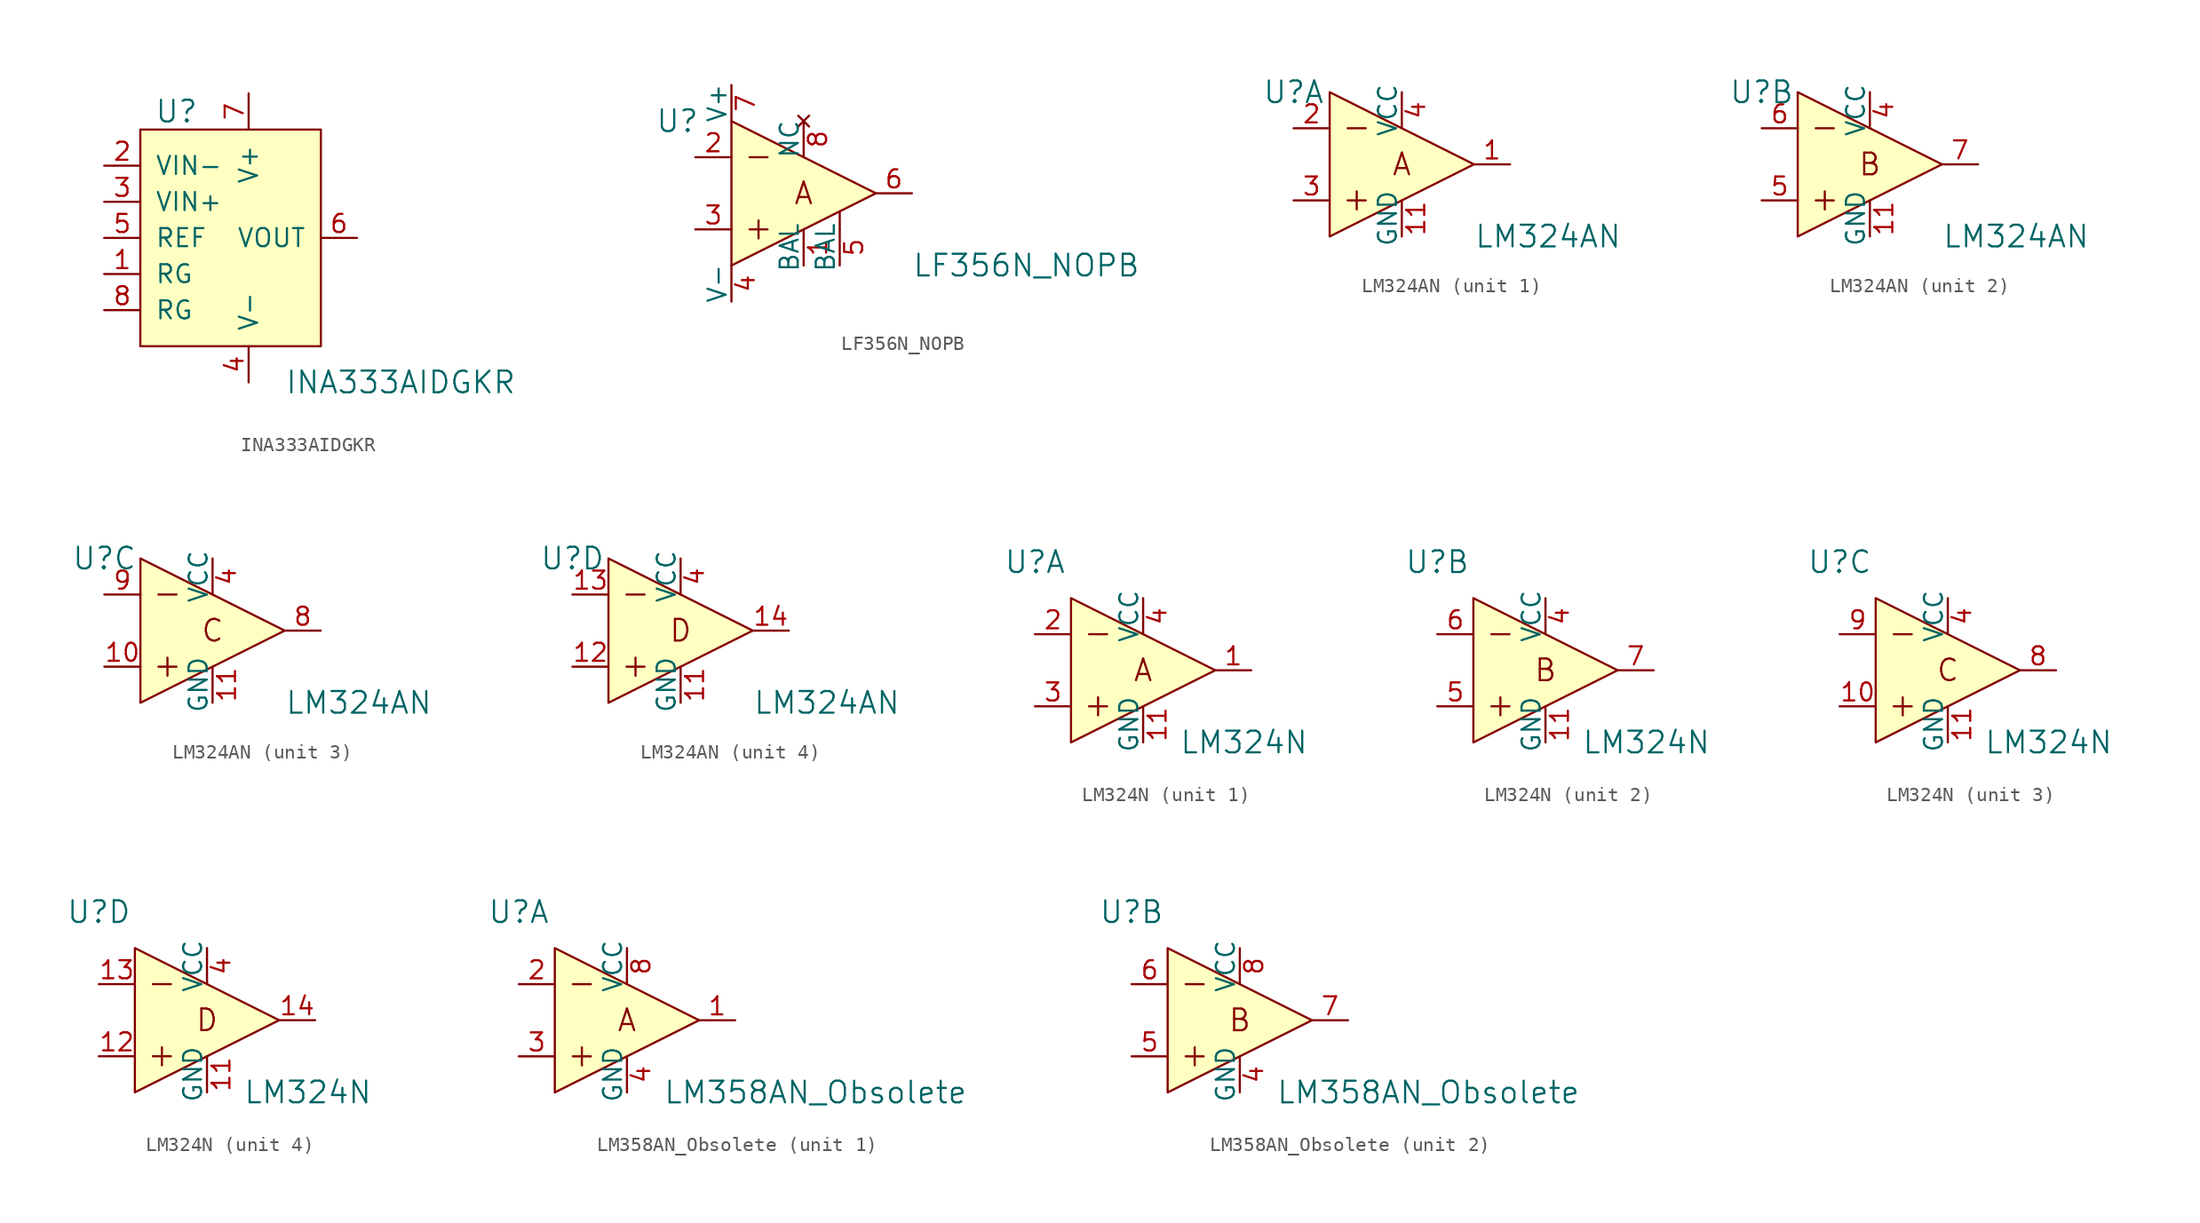
<source format=kicad_sym>
(kicad_symbol_lib
  (version 20211014)
  (generator kicad_symbol_editor)
  (symbol "INA333AIDGKR"
    (pin_names
      (offset 1.016))
    (property "Reference" "U"
      (at -5.08 3.81 0)
      (effects (font (size 1.524 1.524))))
    (property "Value" "INA333AIDGKR"
      (at 2.54 -15.24 0)
      (effects (font (size 1.524 1.524)) (justify left)))
    (symbol "INA333AIDGKR_0_1"
      (rectangle (start -7.62 2.54) (end 5.08 -12.7) (stroke (width 0) (type default) (color 0 0 0 0)) (fill (type background))))
    (symbol "INA333AIDGKR_1_1"
      (pin passive line (at -10.16 -7.62 0) (length 2.54) (name "RG" (effects (font (size 1.27 1.27)))) (number "1" (effects (font (size 1.27 1.27)))))
      (pin input line (at -10.16 0 0) (length 2.54) (name "VIN-" (effects (font (size 1.27 1.27)))) (number "2" (effects (font (size 1.27 1.27)))))
      (pin input line (at -10.16 -2.54 0) (length 2.54) (name "VIN+" (effects (font (size 1.27 1.27)))) (number "3" (effects (font (size 1.27 1.27)))))
      (pin power_in line (at 0 -15.24 90) (length 2.54) (name "V-" (effects (font (size 1.27 1.27)))) (number "4" (effects (font (size 1.27 1.27)))))
      (pin input line (at -10.16 -5.08 0) (length 2.54) (name "REF" (effects (font (size 1.27 1.27)))) (number "5" (effects (font (size 1.27 1.27)))))
      (pin output line (at 7.62 -5.08 180) (length 2.54) (name "VOUT" (effects (font (size 1.27 1.27)))) (number "6" (effects (font (size 1.27 1.27)))))
      (pin power_in line (at 0 5.08 270) (length 2.54) (name "V+" (effects (font (size 1.27 1.27)))) (number "7" (effects (font (size 1.27 1.27)))))
      (pin passive line (at -10.16 -10.16 0) (length 2.54) (name "RG" (effects (font (size 1.27 1.27)))) (number "8" (effects (font (size 1.27 1.27)))))))
  (symbol "LF356N_NOPB"
    (pin_names
      (offset 0))
    (property "Reference" "U"
      (at -8.89 5.08 0)
      (effects (font (size 1.524 1.524))))
    (property "Value" "LF356N_NOPB"
      (at 7.62 -5.08 0)
      (effects (font (size 1.524 1.524)) (justify left)))
    (symbol "LF356N_NOPB_0_0"
      (text "A" (at 0 0 0) (effects (font (size 1.524 1.524)))))
    (symbol "LF356N_NOPB_1_0"
      (polyline (pts (xy -3.81 -2.54) (xy -2.54 -2.54)) (stroke (width 0) (type default) (color 0 0 0 0)) (fill (type none)))
      (polyline (pts (xy -3.81 2.54) (xy -2.54 2.54)) (stroke (width 0) (type default) (color 0 0 0 0)) (fill (type none)))
      (polyline (pts (xy -3.175 -1.905) (xy -3.175 -3.175)) (stroke (width 0) (type default) (color 0 0 0 0)) (fill (type none)))
      (polyline (pts (xy 2.54 -1.27) (xy 2.54 -2.54)) (stroke (width 0) (type default) (color 0 0 0 0)) (fill (type none)))
      (polyline (pts (xy -5.08 5.08) (xy -5.08 -5.08) (xy 5.08 0) (xy -5.08 5.08)) (stroke (width 0) (type default) (color 0 0 0 0)) (fill (type background))))
    (symbol "LF356N_NOPB_1_1"
      (pin input line (at 0 -5.08 90) (length 2.54) (name "BAL" (effects (font (size 1.27 1.27)))) (number "1" (effects (font (size 1.27 1.27)))))
      (pin input line (at -7.62 2.54 0) (length 2.54) (name "~" (effects (font (size 1.27 1.27)))) (number "2" (effects (font (size 1.27 1.27)))))
      (pin input line (at -7.62 -2.54 0) (length 2.54) (name "~" (effects (font (size 1.27 1.27)))) (number "3" (effects (font (size 1.27 1.27)))))
      (pin power_in line (at -5.08 -7.62 90) (length 2.54) (name "V-" (effects (font (size 1.27 1.27)))) (number "4" (effects (font (size 1.27 1.27)))))
      (pin input line (at 2.54 -5.08 90) (length 2.54) (name "BAL" (effects (font (size 1.27 1.27)))) (number "5" (effects (font (size 1.27 1.27)))))
      (pin output line (at 7.62 0 180) (length 2.54) (name "~" (effects (font (size 1.27 1.27)))) (number "6" (effects (font (size 1.27 1.27)))))
      (pin power_in line (at -5.08 7.62 270) (length 2.54) (name "V+" (effects (font (size 1.27 1.27)))) (number "7" (effects (font (size 1.27 1.27)))))
      (pin no_connect line (at 0 5.08 270) (length 2.54) (name "NC" (effects (font (size 1.27 1.27)))) (number "8" (effects (font (size 1.27 1.27)))))))
  (symbol "LM324AN"
    (pin_names
      (offset 0))
    (property "Reference" "U"
      (at -7.62 5.08 0)
      (effects (font (size 1.524 1.524))))
    (property "Value" "LM324AN"
      (at 5.08 -5.08 0)
      (effects (font (size 1.524 1.524)) (justify left)))
    (property "ki_locked" ""
      (at 0 0 0)
      (effects (font (size 1.27 1.27))))
    (symbol "LM324AN_0_0"
      (polyline (pts (xy -3.81 -2.54) (xy -2.54 -2.54)) (stroke (width 0) (type default) (color 0 0 0 0)) (fill (type none)))
      (polyline (pts (xy -3.81 2.54) (xy -2.54 2.54)) (stroke (width 0) (type default) (color 0 0 0 0)) (fill (type none)))
      (polyline (pts (xy -3.175 -1.905) (xy -3.175 -3.175)) (stroke (width 0) (type default) (color 0 0 0 0)) (fill (type none)))
      (polyline (pts (xy 5.08 0) (xy -5.08 5.08) (xy -5.08 -5.08) (xy 5.08 0)) (stroke (width 0) (type default) (color 0 0 0 0)) (fill (type background))))
    (symbol "LM324AN_1_0"
      (text "A" (at 0 0 0) (effects (font (size 1.524 1.524)))))
    (symbol "LM324AN_1_1"
      (pin output line (at 7.62 0 180) (length 2.54) (name "~" (effects (font (size 1.27 1.27)))) (number "1" (effects (font (size 1.27 1.27)))))
      (pin power_in line (at 0 -5.08 90) (length 2.54) (name "GND" (effects (font (size 1.27 1.27)))) (number "11" (effects (font (size 1.27 1.27)))))
      (pin input line (at -7.62 2.54 0) (length 2.54) (name "~" (effects (font (size 1.27 1.27)))) (number "2" (effects (font (size 1.27 1.27)))))
      (pin input line (at -7.62 -2.54 0) (length 2.54) (name "~" (effects (font (size 1.27 1.27)))) (number "3" (effects (font (size 1.27 1.27)))))
      (pin power_in line (at 0 5.08 270) (length 2.54) (name "VCC" (effects (font (size 1.27 1.27)))) (number "4" (effects (font (size 1.27 1.27))))))
    (symbol "LM324AN_2_0"
      (text "B" (at 0 0 0) (effects (font (size 1.524 1.524)))))
    (symbol "LM324AN_2_1"
      (pin power_in line (at 0 -5.08 90) (length 2.54) (name "GND" (effects (font (size 1.27 1.27)))) (number "11" (effects (font (size 1.27 1.27)))))
      (pin power_in line (at 0 5.08 270) (length 2.54) (name "VCC" (effects (font (size 1.27 1.27)))) (number "4" (effects (font (size 1.27 1.27)))))
      (pin input line (at -7.62 -2.54 0) (length 2.54) (name "~" (effects (font (size 1.27 1.27)))) (number "5" (effects (font (size 1.27 1.27)))))
      (pin input line (at -7.62 2.54 0) (length 2.54) (name "~" (effects (font (size 1.27 1.27)))) (number "6" (effects (font (size 1.27 1.27)))))
      (pin output line (at 7.62 0 180) (length 2.54) (name "~" (effects (font (size 1.27 1.27)))) (number "7" (effects (font (size 1.27 1.27))))))
    (symbol "LM324AN_3_0"
      (text "C" (at 0 0 0) (effects (font (size 1.524 1.524)))))
    (symbol "LM324AN_3_1"
      (pin input line (at -7.62 -2.54 0) (length 2.54) (name "~" (effects (font (size 1.27 1.27)))) (number "10" (effects (font (size 1.27 1.27)))))
      (pin power_in line (at 0 -5.08 90) (length 2.54) (name "GND" (effects (font (size 1.27 1.27)))) (number "11" (effects (font (size 1.27 1.27)))))
      (pin power_in line (at 0 5.08 270) (length 2.54) (name "VCC" (effects (font (size 1.27 1.27)))) (number "4" (effects (font (size 1.27 1.27)))))
      (pin output line (at 7.62 0 180) (length 2.54) (name "~" (effects (font (size 1.27 1.27)))) (number "8" (effects (font (size 1.27 1.27)))))
      (pin input line (at -7.62 2.54 0) (length 2.54) (name "~" (effects (font (size 1.27 1.27)))) (number "9" (effects (font (size 1.27 1.27))))))
    (symbol "LM324AN_4_0"
      (text "D" (at 0 0 0) (effects (font (size 1.524 1.524)))))
    (symbol "LM324AN_4_1"
      (pin power_in line (at 0 -5.08 90) (length 2.54) (name "GND" (effects (font (size 1.27 1.27)))) (number "11" (effects (font (size 1.27 1.27)))))
      (pin input line (at -7.62 -2.54 0) (length 2.54) (name "~" (effects (font (size 1.27 1.27)))) (number "12" (effects (font (size 1.27 1.27)))))
      (pin input line (at -7.62 2.54 0) (length 2.54) (name "~" (effects (font (size 1.27 1.27)))) (number "13" (effects (font (size 1.27 1.27)))))
      (pin output line (at 7.62 0 180) (length 2.54) (name "~" (effects (font (size 1.27 1.27)))) (number "14" (effects (font (size 1.27 1.27)))))
      (pin power_in line (at 0 5.08 270) (length 2.54) (name "VCC" (effects (font (size 1.27 1.27)))) (number "4" (effects (font (size 1.27 1.27)))))))
  (symbol "LM324N"
    (pin_names
      (offset 0))
    (property "Reference" "U"
      (at -7.62 7.62 0)
      (effects (font (size 1.524 1.524))))
    (property "Value" "LM324N"
      (at 2.54 -5.08 0)
      (effects (font (size 1.524 1.524)) (justify left)))
    (property "ki_locked" ""
      (at 0 0 0)
      (effects (font (size 1.27 1.27))))
    (symbol "LM324N_0_0"
      (polyline (pts (xy -3.81 -2.54) (xy -2.54 -2.54)) (stroke (width 0) (type default) (color 0 0 0 0)) (fill (type none)))
      (polyline (pts (xy -3.81 2.54) (xy -2.54 2.54)) (stroke (width 0) (type default) (color 0 0 0 0)) (fill (type none)))
      (polyline (pts (xy -3.175 -1.905) (xy -3.175 -3.175)) (stroke (width 0) (type default) (color 0 0 0 0)) (fill (type none)))
      (polyline (pts (xy -5.08 5.08) (xy -5.08 -5.08) (xy 5.08 0) (xy -5.08 5.08)) (stroke (width 0) (type default) (color 0 0 0 0)) (fill (type background))))
    (symbol "LM324N_1_0"
      (text "A" (at 0 0 0) (effects (font (size 1.524 1.524)))))
    (symbol "LM324N_1_1"
      (pin output line (at 7.62 0 180) (length 2.54) (name "~" (effects (font (size 1.27 1.27)))) (number "1" (effects (font (size 1.27 1.27)))))
      (pin power_in line (at 0 -5.08 90) (length 2.54) (name "GND" (effects (font (size 1.27 1.27)))) (number "11" (effects (font (size 1.27 1.27)))))
      (pin input line (at -7.62 2.54 0) (length 2.54) (name "~" (effects (font (size 1.27 1.27)))) (number "2" (effects (font (size 1.27 1.27)))))
      (pin input line (at -7.62 -2.54 0) (length 2.54) (name "~" (effects (font (size 1.27 1.27)))) (number "3" (effects (font (size 1.27 1.27)))))
      (pin power_in line (at 0 5.08 270) (length 2.54) (name "VCC" (effects (font (size 1.27 1.27)))) (number "4" (effects (font (size 1.27 1.27))))))
    (symbol "LM324N_2_0"
      (text "B" (at 0 0 0) (effects (font (size 1.524 1.524)))))
    (symbol "LM324N_2_1"
      (pin power_in line (at 0 -5.08 90) (length 2.54) (name "GND" (effects (font (size 1.27 1.27)))) (number "11" (effects (font (size 1.27 1.27)))))
      (pin power_in line (at 0 5.08 270) (length 2.54) (name "VCC" (effects (font (size 1.27 1.27)))) (number "4" (effects (font (size 1.27 1.27)))))
      (pin input line (at -7.62 -2.54 0) (length 2.54) (name "~" (effects (font (size 1.27 1.27)))) (number "5" (effects (font (size 1.27 1.27)))))
      (pin input line (at -7.62 2.54 0) (length 2.54) (name "~" (effects (font (size 1.27 1.27)))) (number "6" (effects (font (size 1.27 1.27)))))
      (pin output line (at 7.62 0 180) (length 2.54) (name "~" (effects (font (size 1.27 1.27)))) (number "7" (effects (font (size 1.27 1.27))))))
    (symbol "LM324N_3_0"
      (text "C" (at 0 0 0) (effects (font (size 1.524 1.524)))))
    (symbol "LM324N_3_1"
      (pin input line (at -7.62 -2.54 0) (length 2.54) (name "~" (effects (font (size 1.27 1.27)))) (number "10" (effects (font (size 1.27 1.27)))))
      (pin power_in line (at 0 -5.08 90) (length 2.54) (name "GND" (effects (font (size 1.27 1.27)))) (number "11" (effects (font (size 1.27 1.27)))))
      (pin power_in line (at 0 5.08 270) (length 2.54) (name "VCC" (effects (font (size 1.27 1.27)))) (number "4" (effects (font (size 1.27 1.27)))))
      (pin output line (at 7.62 0 180) (length 2.54) (name "~" (effects (font (size 1.27 1.27)))) (number "8" (effects (font (size 1.27 1.27)))))
      (pin input line (at -7.62 2.54 0) (length 2.54) (name "~" (effects (font (size 1.27 1.27)))) (number "9" (effects (font (size 1.27 1.27))))))
    (symbol "LM324N_4_0"
      (text "D" (at 0 0 0) (effects (font (size 1.524 1.524)))))
    (symbol "LM324N_4_1"
      (pin power_in line (at 0 -5.08 90) (length 2.54) (name "GND" (effects (font (size 1.27 1.27)))) (number "11" (effects (font (size 1.27 1.27)))))
      (pin input line (at -7.62 -2.54 0) (length 2.54) (name "~" (effects (font (size 1.27 1.27)))) (number "12" (effects (font (size 1.27 1.27)))))
      (pin input line (at -7.62 2.54 0) (length 2.54) (name "~" (effects (font (size 1.27 1.27)))) (number "13" (effects (font (size 1.27 1.27)))))
      (pin output line (at 7.62 0 180) (length 2.54) (name "~" (effects (font (size 1.27 1.27)))) (number "14" (effects (font (size 1.27 1.27)))))
      (pin power_in line (at 0 5.08 270) (length 2.54) (name "VCC" (effects (font (size 1.27 1.27)))) (number "4" (effects (font (size 1.27 1.27)))))))
  (symbol "LM358AN_Obsolete"
    (pin_names
      (offset 0))
    (property "Reference" "U"
      (at -7.62 7.62 0)
      (effects (font (size 1.524 1.524))))
    (property "Value" "LM358AN_Obsolete"
      (at 2.54 -5.08 0)
      (effects (font (size 1.524 1.524)) (justify left)))
    (property "ki_locked" ""
      (at 0 0 0)
      (effects (font (size 1.27 1.27))))
    (symbol "LM358AN_Obsolete_0_1"
      (polyline (pts (xy -3.81 -2.54) (xy -2.54 -2.54)) (stroke (width 0) (type default) (color 0 0 0 0)) (fill (type none)))
      (polyline (pts (xy -3.81 2.54) (xy -2.54 2.54)) (stroke (width 0) (type default) (color 0 0 0 0)) (fill (type none)))
      (polyline (pts (xy -3.175 -1.905) (xy -3.175 -3.175)) (stroke (width 0) (type default) (color 0 0 0 0)) (fill (type none)))
      (polyline (pts (xy -5.08 5.08) (xy -5.08 -5.08) (xy 5.08 0) (xy -5.08 5.08)) (stroke (width 0) (type default) (color 0 0 0 0)) (fill (type background))))
    (symbol "LM358AN_Obsolete_1_0"
      (text "A" (at 0 0 0) (effects (font (size 1.524 1.524)))))
    (symbol "LM358AN_Obsolete_1_1"
      (pin output line (at 7.62 0 180) (length 2.54) (name "~" (effects (font (size 1.27 1.27)))) (number "1" (effects (font (size 1.27 1.27)))))
      (pin input line (at -7.62 2.54 0) (length 2.54) (name "~" (effects (font (size 1.27 1.27)))) (number "2" (effects (font (size 1.27 1.27)))))
      (pin input line (at -7.62 -2.54 0) (length 2.54) (name "~" (effects (font (size 1.27 1.27)))) (number "3" (effects (font (size 1.27 1.27)))))
      (pin power_in line (at 0 -5.08 90) (length 2.54) (name "GND" (effects (font (size 1.27 1.27)))) (number "4" (effects (font (size 1.27 1.27)))))
      (pin power_in line (at 0 5.08 270) (length 2.54) (name "VCC" (effects (font (size 1.27 1.27)))) (number "8" (effects (font (size 1.27 1.27))))))
    (symbol "LM358AN_Obsolete_2_0"
      (text "B" (at 0 0 0) (effects (font (size 1.524 1.524)))))
    (symbol "LM358AN_Obsolete_2_1"
      (pin power_in line (at 0 -5.08 90) (length 2.54) (name "GND" (effects (font (size 1.27 1.27)))) (number "4" (effects (font (size 1.27 1.27)))))
      (pin input line (at -7.62 -2.54 0) (length 2.54) (name "~" (effects (font (size 1.27 1.27)))) (number "5" (effects (font (size 1.27 1.27)))))
      (pin input line (at -7.62 2.54 0) (length 2.54) (name "~" (effects (font (size 1.27 1.27)))) (number "6" (effects (font (size 1.27 1.27)))))
      (pin output line (at 7.62 0 180) (length 2.54) (name "~" (effects (font (size 1.27 1.27)))) (number "7" (effects (font (size 1.27 1.27)))))
      (pin power_in line (at 0 5.08 270) (length 2.54) (name "VCC" (effects (font (size 1.27 1.27)))) (number "8" (effects (font (size 1.27 1.27))))))))
</source>
